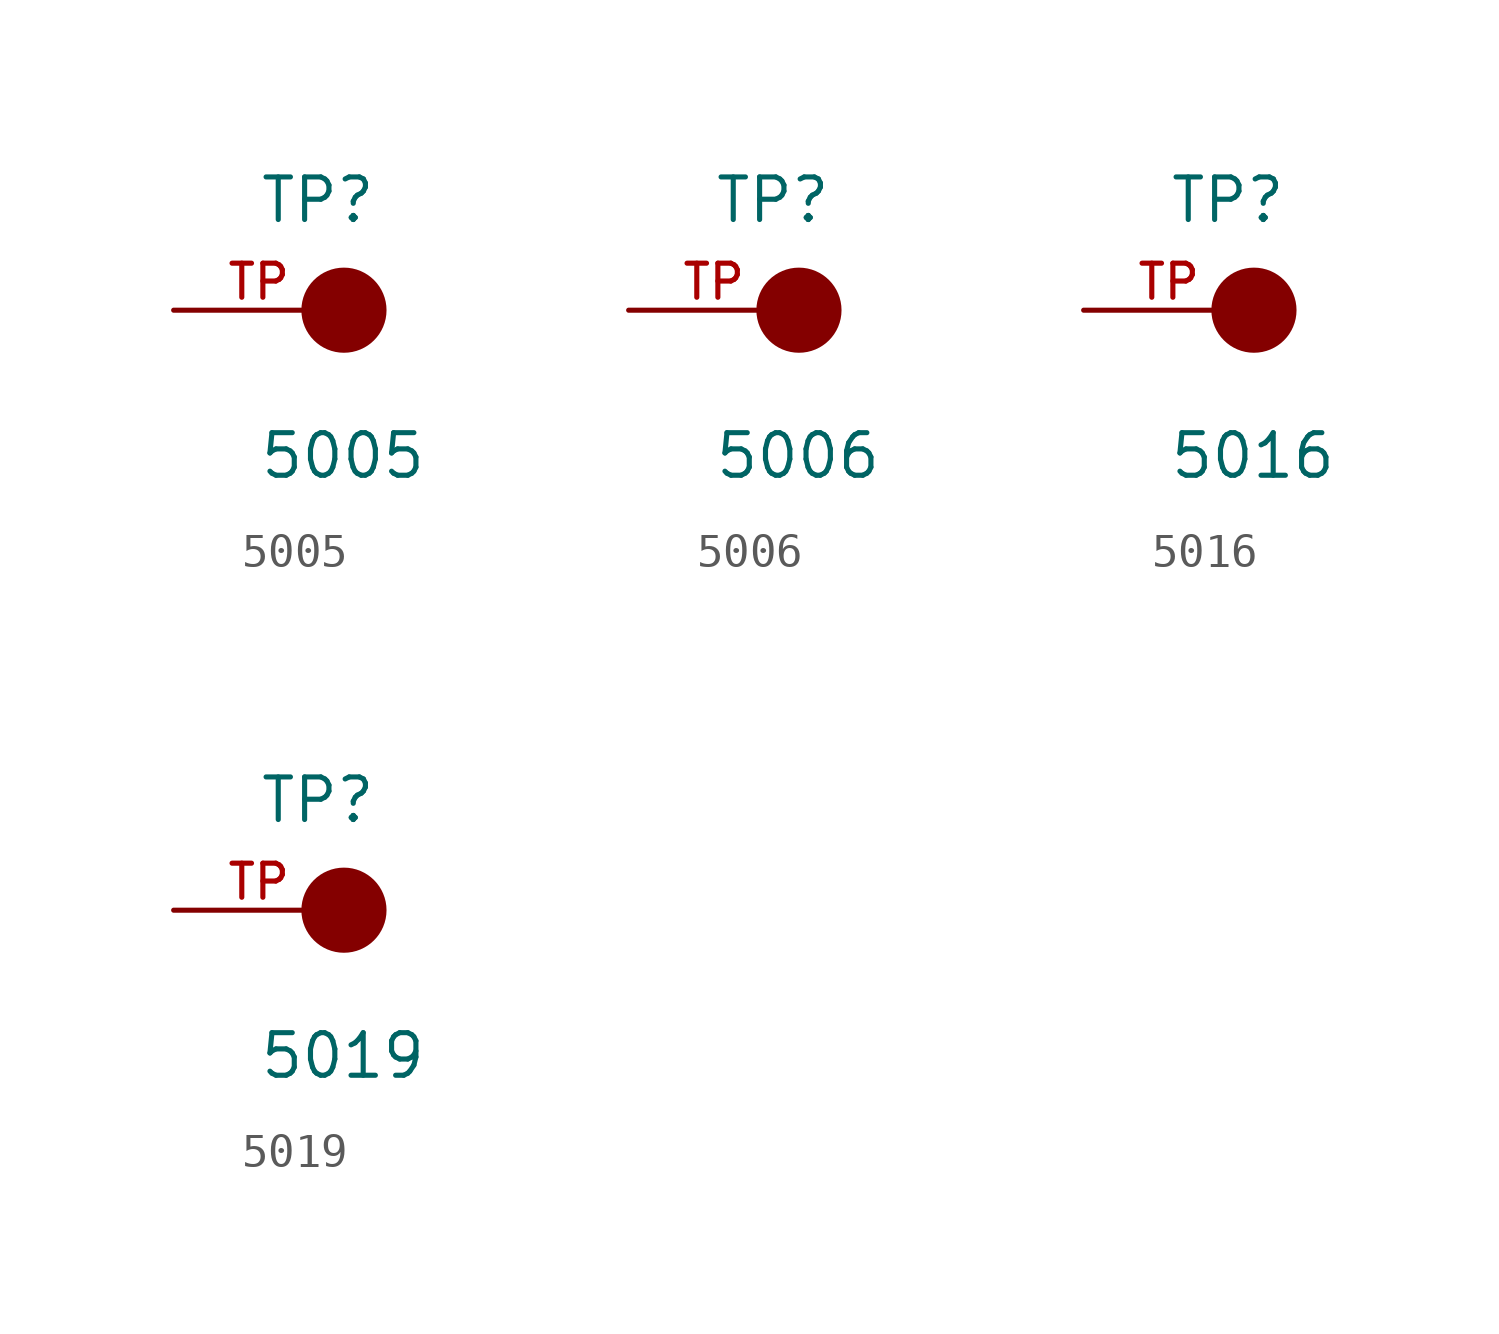
<source format=kicad_sym>
(kicad_symbol_lib
  (version 20231120)
  (generator "kicad_symbol_editor")
  (generator_version "8.0")
  (symbol "5005"
    (pin_names
      (offset 1.016))
    (property "Reference" "TP"
      (at -2.544 2.542 0)
      (effects (font (size 1.27 1.27)) (justify left bottom)))
    (property "Value" "5005"
      (at -2.55 -5.087 0)
      (effects (font (size 1.27 1.27)) (justify left bottom)))
    (symbol "5005_0_0"
      (circle (center 0 0) (radius 0.635) (stroke (width 1.27) (type default)) (fill (type none)))
      (pin passive line (at -5.08 0 0) (length 5.08) (name "~" (effects (font (size 1.016 1.016)))) (number "TP" (effects (font (size 1.016 1.016)))))))
  (symbol "5006"
    (pin_names
      (offset 1.016))
    (property "Reference" "TP"
      (at -2.544 2.542 0)
      (effects (font (size 1.27 1.27)) (justify left bottom)))
    (property "Value" "5006"
      (at -2.55 -5.087 0)
      (effects (font (size 1.27 1.27)) (justify left bottom)))
    (symbol "5006_0_0"
      (circle (center 0 0) (radius 0.635) (stroke (width 1.27) (type default)) (fill (type none)))
      (pin passive line (at -5.08 0 0) (length 5.08) (name "~" (effects (font (size 1.016 1.016)))) (number "TP" (effects (font (size 1.016 1.016)))))))
  (symbol "5016"
    (pin_names
      (offset 1.016))
    (property "Reference" "TP"
      (at -2.544 2.542 0)
      (effects (font (size 1.27 1.27)) (justify left bottom)))
    (property "Value" "5016"
      (at -2.55 -5.087 0)
      (effects (font (size 1.27 1.27)) (justify left bottom)))
    (symbol "5016_0_0"
      (circle (center 0 0) (radius 0.635) (stroke (width 1.27) (type default)) (fill (type none)))
      (pin passive line (at -5.08 0 0) (length 5.08) (name "~" (effects (font (size 1.016 1.016)))) (number "TP" (effects (font (size 1.016 1.016)))))))
  (symbol "5019"
    (pin_names
      (offset 1.016))
    (property "Reference" "TP"
      (at -2.544 2.542 0)
      (effects (font (size 1.27 1.27)) (justify left bottom)))
    (property "Value" "5019"
      (at -2.55 -5.087 0)
      (effects (font (size 1.27 1.27)) (justify left bottom)))
    (symbol "5019_0_0"
      (circle (center 0 0) (radius 0.635) (stroke (width 1.27) (type default)) (fill (type none)))
      (pin passive line (at -5.08 0 0) (length 5.08) (name "~" (effects (font (size 1.016 1.016)))) (number "TP" (effects (font (size 1.016 1.016))))))))
</source>
